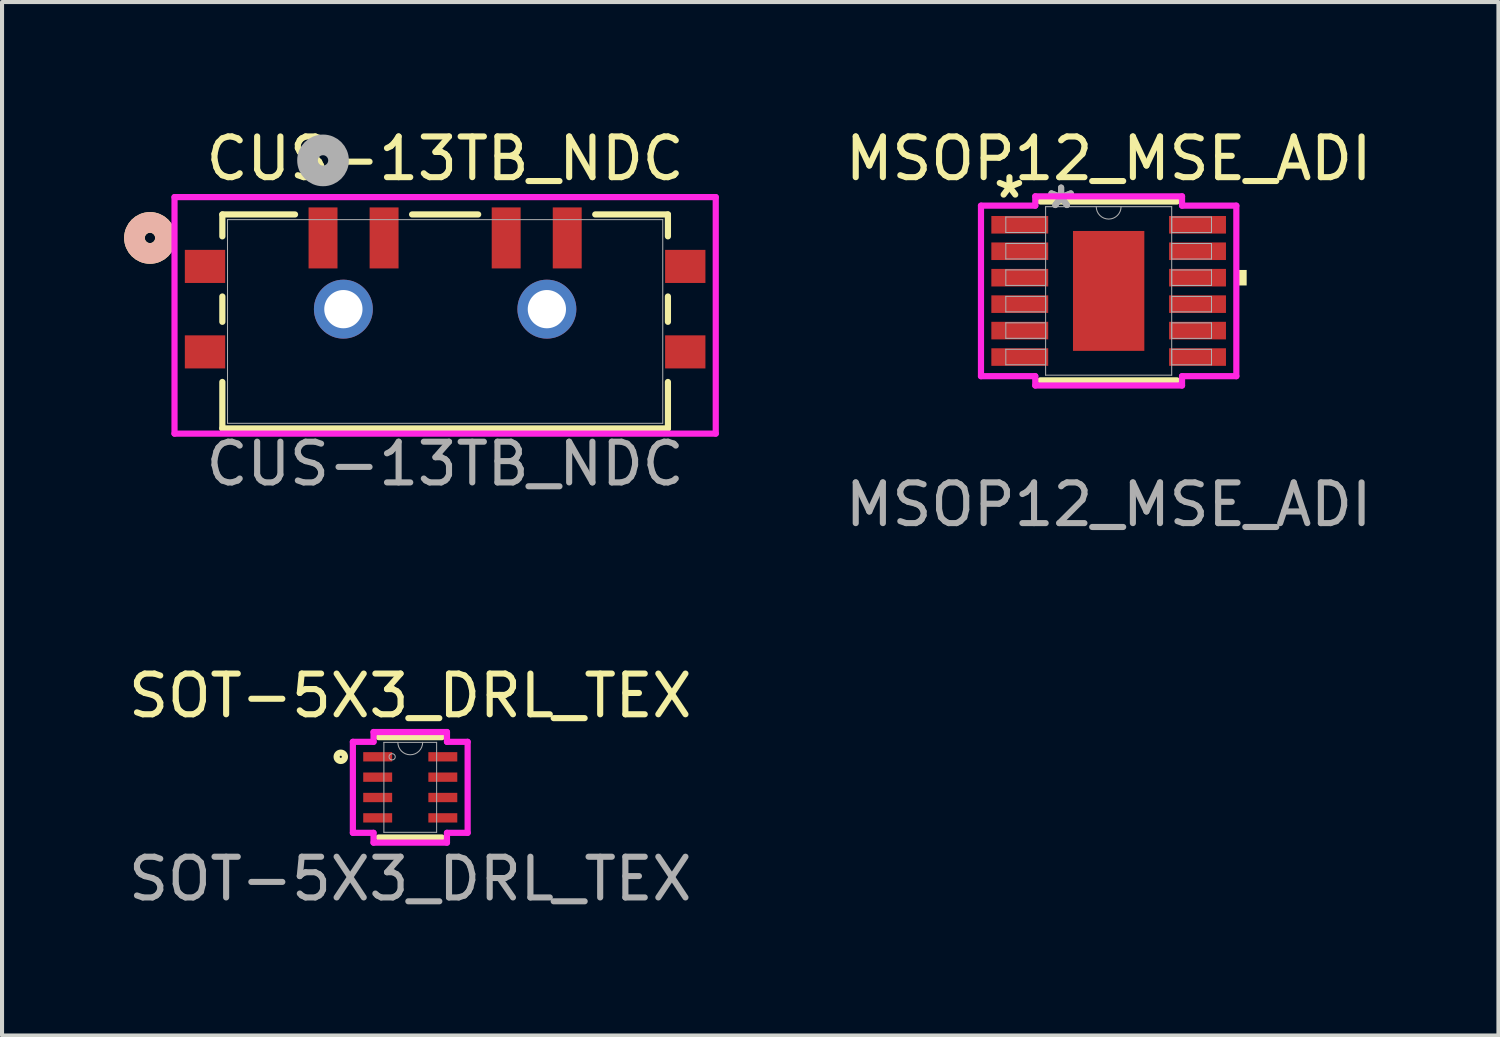
<source format=kicad_pcb>
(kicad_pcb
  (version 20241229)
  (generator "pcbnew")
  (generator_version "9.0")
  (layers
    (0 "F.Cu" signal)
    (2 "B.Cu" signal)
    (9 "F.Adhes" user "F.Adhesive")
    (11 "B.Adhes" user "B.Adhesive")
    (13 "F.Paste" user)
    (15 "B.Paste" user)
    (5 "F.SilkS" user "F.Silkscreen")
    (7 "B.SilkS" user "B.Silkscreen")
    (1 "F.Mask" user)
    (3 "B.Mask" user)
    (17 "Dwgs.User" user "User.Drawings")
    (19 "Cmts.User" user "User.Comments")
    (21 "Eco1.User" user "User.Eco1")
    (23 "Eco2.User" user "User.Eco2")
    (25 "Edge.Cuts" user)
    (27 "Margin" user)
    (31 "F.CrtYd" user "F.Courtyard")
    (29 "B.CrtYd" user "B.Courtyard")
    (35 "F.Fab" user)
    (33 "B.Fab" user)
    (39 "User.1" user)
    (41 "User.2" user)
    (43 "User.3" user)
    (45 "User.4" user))
  (footprint "SOT-5X3_DRL_TEX"
    (layer "F.Cu")
    (at 7.03 16.295)
    (property "Reference" "SOT-5X3_DRL_TEX" (at 0 -2.25 0) (unlocked yes) (layer "F.SilkS") (effects (font (size 1 1) (thickness 0.15))))
    (attr smd)
    (fp_line (start -0.775 1.232) (end 0.775 1.232) (stroke (width 0.152) (type solid)) (layer "F.SilkS"))
    (fp_line (start 0.775 -1.232) (end -0.775 -1.232) (stroke (width 0.152) (type solid)) (layer "F.SilkS"))
    (fp_circle (center -1.707 -0.75) (end -1.605 -0.75) (stroke (width 0.152) (type solid)) (fill no) (layer "F.SilkS"))
    (fp_line (start -1.41 -1.118) (end -0.902 -1.118) (stroke (width 0.152) (type solid)) (layer "F.CrtYd"))
    (fp_line (start -1.41 1.118) (end -1.41 -1.118) (stroke (width 0.152) (type solid)) (layer "F.CrtYd"))
    (fp_line (start -1.41 1.118) (end -0.902 1.118) (stroke (width 0.152) (type solid)) (layer "F.CrtYd"))
    (fp_line (start -0.902 -1.359) (end 0.902 -1.359) (stroke (width 0.152) (type solid)) (layer "F.CrtYd"))
    (fp_line (start -0.902 -1.118) (end -0.902 -1.359) (stroke (width 0.152) (type solid)) (layer "F.CrtYd"))
    (fp_line (start -0.902 1.359) (end -0.902 1.118) (stroke (width 0.152) (type solid)) (layer "F.CrtYd"))
    (fp_line (start 0.902 -1.359) (end 0.902 -1.118) (stroke (width 0.152) (type solid)) (layer "F.CrtYd"))
    (fp_line (start 0.902 1.118) (end 0.902 1.359) (stroke (width 0.152) (type solid)) (layer "F.CrtYd"))
    (fp_line (start 0.902 1.359) (end -0.902 1.359) (stroke (width 0.152) (type solid)) (layer "F.CrtYd"))
    (fp_line (start 1.41 -1.118) (end 0.902 -1.118) (stroke (width 0.152) (type solid)) (layer "F.CrtYd"))
    (fp_line (start 1.41 -1.118) (end 1.41 1.118) (stroke (width 0.152) (type solid)) (layer "F.CrtYd"))
    (fp_line (start 1.41 1.118) (end 0.902 1.118) (stroke (width 0.152) (type solid)) (layer "F.CrtYd"))
    (fp_line (start -0.648 -1.105) (end -0.648 1.105) (stroke (width 0.025) (type solid)) (layer "F.Fab"))
    (fp_line (start -0.648 1.105) (end 0.648 1.105) (stroke (width 0.025) (type solid)) (layer "F.Fab"))
    (fp_line (start 0.648 -1.105) (end -0.648 -1.105) (stroke (width 0.025) (type solid)) (layer "F.Fab"))
    (fp_line (start 0.648 1.105) (end 0.648 -1.105) (stroke (width 0.025) (type solid)) (layer "F.Fab"))
    (fp_arc (start 0.3048 -1.1049) (mid 0 -0.8001) (end -0.3048 -1.1049) (stroke (width 0.0254) (type solid)) (layer "F.Fab"))
    (fp_circle (center -0.445 -0.75) (end -0.368 -0.75) (stroke (width 0.025) (type solid)) (fill no) (layer "F.Fab"))
    (fp_text user "${REFERENCE}" (at 0 2.25 0) (unlocked yes) (layer "F.Fab") (effects (font (size 1 1) (thickness 0.15))))
    (pad "1" smd rect (at -0.8 -0.75) (size 0.711 0.229) (layers "F.Cu" "F.Mask" "F.Paste"))
    (pad "2" smd rect (at -0.8 -0.25) (size 0.711 0.229) (layers "F.Cu" "F.Mask" "F.Paste"))
    (pad "3" smd rect (at -0.8 0.25) (size 0.711 0.229) (layers "F.Cu" "F.Mask" "F.Paste"))
    (pad "4" smd rect (at -0.8 0.75) (size 0.711 0.229) (layers "F.Cu" "F.Mask" "F.Paste"))
    (pad "5" smd rect (at 0.8 0.75) (size 0.711 0.229) (layers "F.Cu" "F.Mask" "F.Paste"))
    (pad "6" smd rect (at 0.8 0.25) (size 0.711 0.229) (layers "F.Cu" "F.Mask" "F.Paste"))
    (pad "7" smd rect (at 0.8 -0.25) (size 0.711 0.229) (layers "F.Cu" "F.Mask" "F.Paste"))
    (pad "8" smd rect (at 0.8 -0.75) (size 0.711 0.229) (layers "F.Cu" "F.Mask" "F.Paste")))
  (footprint "MSOP12_MSE_ADI"
    (layer "F.Cu")
    (at 24.19 4.098)
    (property "Reference" "MSOP12_MSE_ADI" (at 0 -3.25 0) (unlocked yes) (layer "F.SilkS") (effects (font (size 1 1) (thickness 0.15))))
    (attr smd)
    (fp_line (start -1.676 2.197) (end 1.676 2.197) (stroke (width 0.152) (type solid)) (layer "F.SilkS"))
    (fp_line (start 1.676 -2.197) (end -1.676 -2.197) (stroke (width 0.152) (type solid)) (layer "F.SilkS"))
    (fp_poly (pts (xy 3.391 -0.515) (xy 3.391 -0.134) (xy 3.137 -0.134) (xy 3.137 -0.515)) (stroke (width 0) (type solid)) (fill yes) (layer "F.SilkS"))
    (fp_poly (pts (xy -0.776 -1.373) (xy -0.776 -0.1) (xy 0.776 -0.1) (xy 0.776 -1.373)) (stroke (width 0) (type solid)) (fill yes) (layer "F.Paste"))
    (fp_poly (pts (xy -0.776 0.1) (xy -0.776 1.373) (xy 0.776 1.373) (xy 0.776 0.1)) (stroke (width 0) (type solid)) (fill yes) (layer "F.Paste"))
    (fp_line (start -3.137 -2.095) (end -1.803 -2.095) (stroke (width 0.152) (type solid)) (layer "F.CrtYd"))
    (fp_line (start -3.137 2.095) (end -3.137 -2.095) (stroke (width 0.152) (type solid)) (layer "F.CrtYd"))
    (fp_line (start -3.137 2.095) (end -1.803 2.095) (stroke (width 0.152) (type solid)) (layer "F.CrtYd"))
    (fp_line (start -1.803 -2.324) (end 1.803 -2.324) (stroke (width 0.152) (type solid)) (layer "F.CrtYd"))
    (fp_line (start -1.803 -2.095) (end -1.803 -2.324) (stroke (width 0.152) (type solid)) (layer "F.CrtYd"))
    (fp_line (start -1.803 2.324) (end -1.803 2.095) (stroke (width 0.152) (type solid)) (layer "F.CrtYd"))
    (fp_line (start 1.803 -2.324) (end 1.803 -2.095) (stroke (width 0.152) (type solid)) (layer "F.CrtYd"))
    (fp_line (start 1.803 2.095) (end 1.803 2.324) (stroke (width 0.152) (type solid)) (layer "F.CrtYd"))
    (fp_line (start 1.803 2.324) (end -1.803 2.324) (stroke (width 0.152) (type solid)) (layer "F.CrtYd"))
    (fp_line (start 3.137 -2.095) (end 1.803 -2.095) (stroke (width 0.152) (type solid)) (layer "F.CrtYd"))
    (fp_line (start 3.137 -2.095) (end 3.137 2.095) (stroke (width 0.152) (type solid)) (layer "F.CrtYd"))
    (fp_line (start 3.137 2.095) (end 1.803 2.095) (stroke (width 0.152) (type solid)) (layer "F.CrtYd"))
    (fp_line (start -2.527 -1.816) (end -2.527 -1.435) (stroke (width 0.025) (type solid)) (layer "F.Fab"))
    (fp_line (start -2.527 -1.435) (end -1.549 -1.435) (stroke (width 0.025) (type solid)) (layer "F.Fab"))
    (fp_line (start -2.527 -1.166) (end -2.527 -0.785) (stroke (width 0.025) (type solid)) (layer "F.Fab"))
    (fp_line (start -2.527 -0.785) (end -1.549 -0.785) (stroke (width 0.025) (type solid)) (layer "F.Fab"))
    (fp_line (start -2.527 -0.516) (end -2.527 -0.135) (stroke (width 0.025) (type solid)) (layer "F.Fab"))
    (fp_line (start -2.527 -0.135) (end -1.549 -0.135) (stroke (width 0.025) (type solid)) (layer "F.Fab"))
    (fp_line (start -2.527 0.134) (end -2.527 0.515) (stroke (width 0.025) (type solid)) (layer "F.Fab"))
    (fp_line (start -2.527 0.515) (end -1.549 0.515) (stroke (width 0.025) (type solid)) (layer "F.Fab"))
    (fp_line (start -2.527 0.784) (end -2.527 1.165) (stroke (width 0.025) (type solid)) (layer "F.Fab"))
    (fp_line (start -2.527 1.165) (end -1.549 1.165) (stroke (width 0.025) (type solid)) (layer "F.Fab"))
    (fp_line (start -2.527 1.434) (end -2.527 1.815) (stroke (width 0.025) (type solid)) (layer "F.Fab"))
    (fp_line (start -2.527 1.815) (end -1.549 1.815) (stroke (width 0.025) (type solid)) (layer "F.Fab"))
    (fp_line (start -1.549 -2.07) (end -1.549 2.07) (stroke (width 0.025) (type solid)) (layer "F.Fab"))
    (fp_line (start -1.549 -1.816) (end -2.527 -1.816) (stroke (width 0.025) (type solid)) (layer "F.Fab"))
    (fp_line (start -1.549 -1.435) (end -1.549 -1.816) (stroke (width 0.025) (type solid)) (layer "F.Fab"))
    (fp_line (start -1.549 -1.166) (end -2.527 -1.166) (stroke (width 0.025) (type solid)) (layer "F.Fab"))
    (fp_line (start -1.549 -0.785) (end -1.549 -1.166) (stroke (width 0.025) (type solid)) (layer "F.Fab"))
    (fp_line (start -1.549 -0.516) (end -2.527 -0.516) (stroke (width 0.025) (type solid)) (layer "F.Fab"))
    (fp_line (start -1.549 -0.135) (end -1.549 -0.516) (stroke (width 0.025) (type solid)) (layer "F.Fab"))
    (fp_line (start -1.549 0.134) (end -2.527 0.134) (stroke (width 0.025) (type solid)) (layer "F.Fab"))
    (fp_line (start -1.549 0.515) (end -1.549 0.134) (stroke (width 0.025) (type solid)) (layer "F.Fab"))
    (fp_line (start -1.549 0.784) (end -2.527 0.784) (stroke (width 0.025) (type solid)) (layer "F.Fab"))
    (fp_line (start -1.549 1.165) (end -1.549 0.784) (stroke (width 0.025) (type solid)) (layer "F.Fab"))
    (fp_line (start -1.549 1.434) (end -2.527 1.434) (stroke (width 0.025) (type solid)) (layer "F.Fab"))
    (fp_line (start -1.549 1.815) (end -1.549 1.434) (stroke (width 0.025) (type solid)) (layer "F.Fab"))
    (fp_line (start -1.549 2.07) (end 1.549 2.07) (stroke (width 0.025) (type solid)) (layer "F.Fab"))
    (fp_line (start 1.549 -2.07) (end -1.549 -2.07) (stroke (width 0.025) (type solid)) (layer "F.Fab"))
    (fp_line (start 1.549 -1.815) (end 1.549 -1.434) (stroke (width 0.025) (type solid)) (layer "F.Fab"))
    (fp_line (start 1.549 -1.434) (end 2.527 -1.434) (stroke (width 0.025) (type solid)) (layer "F.Fab"))
    (fp_line (start 1.549 -1.165) (end 1.549 -0.784) (stroke (width 0.025) (type solid)) (layer "F.Fab"))
    (fp_line (start 1.549 -0.784) (end 2.527 -0.784) (stroke (width 0.025) (type solid)) (layer "F.Fab"))
    (fp_line (start 1.549 -0.515) (end 1.549 -0.134) (stroke (width 0.025) (type solid)) (layer "F.Fab"))
    (fp_line (start 1.549 -0.134) (end 2.527 -0.134) (stroke (width 0.025) (type solid)) (layer "F.Fab"))
    (fp_line (start 1.549 0.135) (end 1.549 0.516) (stroke (width 0.025) (type solid)) (layer "F.Fab"))
    (fp_line (start 1.549 0.516) (end 2.527 0.516) (stroke (width 0.025) (type solid)) (layer "F.Fab"))
    (fp_line (start 1.549 0.785) (end 1.549 1.166) (stroke (width 0.025) (type solid)) (layer "F.Fab"))
    (fp_line (start 1.549 1.166) (end 2.527 1.166) (stroke (width 0.025) (type solid)) (layer "F.Fab"))
    (fp_line (start 1.549 1.435) (end 1.549 1.816) (stroke (width 0.025) (type solid)) (layer "F.Fab"))
    (fp_line (start 1.549 1.816) (end 2.527 1.816) (stroke (width 0.025) (type solid)) (layer "F.Fab"))
    (fp_line (start 1.549 2.07) (end 1.549 -2.07) (stroke (width 0.025) (type solid)) (layer "F.Fab"))
    (fp_line (start 2.527 -1.815) (end 1.549 -1.815) (stroke (width 0.025) (type solid)) (layer "F.Fab"))
    (fp_line (start 2.527 -1.434) (end 2.527 -1.815) (stroke (width 0.025) (type solid)) (layer "F.Fab"))
    (fp_line (start 2.527 -1.165) (end 1.549 -1.165) (stroke (width 0.025) (type solid)) (layer "F.Fab"))
    (fp_line (start 2.527 -0.784) (end 2.527 -1.165) (stroke (width 0.025) (type solid)) (layer "F.Fab"))
    (fp_line (start 2.527 -0.515) (end 1.549 -0.515) (stroke (width 0.025) (type solid)) (layer "F.Fab"))
    (fp_line (start 2.527 -0.134) (end 2.527 -0.515) (stroke (width 0.025) (type solid)) (layer "F.Fab"))
    (fp_line (start 2.527 0.135) (end 1.549 0.135) (stroke (width 0.025) (type solid)) (layer "F.Fab"))
    (fp_line (start 2.527 0.516) (end 2.527 0.135) (stroke (width 0.025) (type solid)) (layer "F.Fab"))
    (fp_line (start 2.527 0.785) (end 1.549 0.785) (stroke (width 0.025) (type solid)) (layer "F.Fab"))
    (fp_line (start 2.527 1.166) (end 2.527 0.785) (stroke (width 0.025) (type solid)) (layer "F.Fab"))
    (fp_line (start 2.527 1.435) (end 1.549 1.435) (stroke (width 0.025) (type solid)) (layer "F.Fab"))
    (fp_line (start 2.527 1.816) (end 2.527 1.435) (stroke (width 0.025) (type solid)) (layer "F.Fab"))
    (fp_arc (start 0.3048 -2.0701) (mid 0 -1.7653) (end -0.3048 -2.0701) (stroke (width 0.0254) (type solid)) (layer "F.Fab"))
    (fp_text user "*" (at -2.438 -2.25 0) (unlocked yes) (layer "F.SilkS") (effects (font (size 1 1) (thickness 0.15))))
    (fp_text user "${REFERENCE}" (at 0 5.25 0) (unlocked yes) (layer "F.Fab") (effects (font (size 1 1) (thickness 0.15))))
    (fp_text user "*" (at -1.168 -1.994 0) (layer "F.Fab") (effects (font (size 1 1) (thickness 0.15))))
    (fp_text user "*" (at -1.168 -1.994 0) (unlocked yes) (layer "F.Fab") (effects (font (size 1 1) (thickness 0.15))))
    (pad "1" smd rect (at -2.184 -1.625) (size 1.397 0.432) (layers "F.Cu" "F.Mask" "F.Paste"))
    (pad "2" smd rect (at -2.184 -0.975) (size 1.397 0.432) (layers "F.Cu" "F.Mask" "F.Paste"))
    (pad "3" smd rect (at -2.184 -0.325) (size 1.397 0.432) (layers "F.Cu" "F.Mask" "F.Paste"))
    (pad "4" smd rect (at -2.184 0.325) (size 1.397 0.432) (layers "F.Cu" "F.Mask" "F.Paste"))
    (pad "5" smd rect (at -2.184 0.975) (size 1.397 0.432) (layers "F.Cu" "F.Mask" "F.Paste"))
    (pad "6" smd rect (at -2.184 1.625) (size 1.397 0.432) (layers "F.Cu" "F.Mask" "F.Paste"))
    (pad "7" smd rect (at 2.184 1.625) (size 1.397 0.432) (layers "F.Cu" "F.Mask" "F.Paste"))
    (pad "8" smd rect (at 2.184 0.975) (size 1.397 0.432) (layers "F.Cu" "F.Mask" "F.Paste"))
    (pad "9" smd rect (at 2.184 0.325) (size 1.397 0.432) (layers "F.Cu" "F.Mask" "F.Paste"))
    (pad "10" smd rect (at 2.184 -0.325) (size 1.397 0.432) (layers "F.Cu" "F.Mask" "F.Paste"))
    (pad "11" smd rect (at 2.184 -0.975) (size 1.397 0.432) (layers "F.Cu" "F.Mask" "F.Paste"))
    (pad "12" smd rect (at 2.184 -1.625) (size 1.397 0.432) (layers "F.Cu" "F.Mask" "F.Paste"))
    (pad "13" smd rect (at 0 0) (size 1.753 2.946) (layers "F.Cu" "F.Mask")))
  (footprint "CUS-13TB_NDC"
    (layer "F.Cu")
    (at 7.887 4.848)
    (property "Reference" "CUS-13TB_NDC" (at 0 -4 0) (unlocked yes) (layer "F.SilkS") (effects (font (size 1 1) (thickness 0.15))))
    (attr smd)
    (fp_line (start -5.474 -2.629) (end -5.474 -2.091) (stroke (width 0.152) (type solid)) (layer "F.SilkS"))
    (fp_line (start -5.474 -0.613) (end -5.474 0.009) (stroke (width 0.152) (type solid)) (layer "F.SilkS"))
    (fp_line (start -5.474 1.487) (end -5.474 2.629) (stroke (width 0.152) (type solid)) (layer "F.SilkS"))
    (fp_line (start -5.474 2.629) (end 5.474 2.629) (stroke (width 0.152) (type solid)) (layer "F.SilkS"))
    (fp_line (start -3.688 -2.629) (end -5.474 -2.629) (stroke (width 0.152) (type solid)) (layer "F.SilkS"))
    (fp_line (start 0.812 -2.629) (end -0.812 -2.629) (stroke (width 0.152) (type solid)) (layer "F.SilkS"))
    (fp_line (start 5.474 -2.629) (end 3.688 -2.629) (stroke (width 0.152) (type solid)) (layer "F.SilkS"))
    (fp_line (start 5.474 -2.091) (end 5.474 -2.629) (stroke (width 0.152) (type solid)) (layer "F.SilkS"))
    (fp_line (start 5.474 0.009) (end 5.474 -0.613) (stroke (width 0.152) (type solid)) (layer "F.SilkS"))
    (fp_line (start 5.474 2.629) (end 5.474 1.487) (stroke (width 0.152) (type solid)) (layer "F.SilkS"))
    (fp_circle (center -7.252 -2.052) (end -6.871 -2.052) (stroke (width 0.508) (type solid)) (fill no) (layer "F.SilkS"))
    (fp_circle (center -7.252 -2.052) (end -6.871 -2.052) (stroke (width 0.508) (type solid)) (fill no) (layer "B.SilkS"))
    (fp_line (start -6.649 -3.055) (end -6.649 2.756) (stroke (width 0.152) (type solid)) (layer "F.CrtYd"))
    (fp_line (start -6.649 2.756) (end 6.649 2.756) (stroke (width 0.152) (type solid)) (layer "F.CrtYd"))
    (fp_line (start 6.649 -3.055) (end -6.649 -3.055) (stroke (width 0.152) (type solid)) (layer "F.CrtYd"))
    (fp_line (start 6.649 2.756) (end 6.649 -3.055) (stroke (width 0.152) (type solid)) (layer "F.CrtYd"))
    (fp_line (start -5.347 -2.502) (end -5.347 2.502) (stroke (width 0.025) (type solid)) (layer "F.Fab"))
    (fp_line (start -5.347 2.502) (end 5.347 2.502) (stroke (width 0.025) (type solid)) (layer "F.Fab"))
    (fp_line (start 5.347 -2.502) (end -5.347 -2.502) (stroke (width 0.025) (type solid)) (layer "F.Fab"))
    (fp_line (start 5.347 2.502) (end 5.347 -2.502) (stroke (width 0.025) (type solid)) (layer "F.Fab"))
    (fp_circle (center -3 -3.957) (end -2.619 -3.957) (stroke (width 0.508) (type solid)) (fill no) (layer "F.Fab"))
    (fp_text user "${REFERENCE}" (at 0 3.5 0) (unlocked yes) (layer "F.Fab") (effects (font (size 1 1) (thickness 0.15))))
    (pad "1" smd rect (at -3 -2.052) (size 0.711 1.499) (layers "F.Cu" "F.Mask" "F.Paste"))
    (pad "2" smd rect (at -1.5 -2.052) (size 0.711 1.499) (layers "F.Cu" "F.Mask" "F.Paste"))
    (pad "3" smd rect (at 1.5 -2.052) (size 0.711 1.499) (layers "F.Cu" "F.Mask" "F.Paste"))
    (pad "4" smd rect (at 3 -2.052) (size 0.711 1.499) (layers "F.Cu" "F.Mask" "F.Paste"))
    (pad "5" smd rect (at -5.9 -1.352) (size 0.991 0.813) (layers "F.Cu" "F.Mask" "F.Paste"))
    (pad "6" smd rect (at 5.9 -1.352) (size 0.991 0.813) (layers "F.Cu" "F.Mask" "F.Paste"))
    (pad "7" smd rect (at -5.9 0.748) (size 0.991 0.813) (layers "F.Cu" "F.Mask" "F.Paste"))
    (pad "8" smd rect (at 5.9 0.748) (size 0.991 0.813) (layers "F.Cu" "F.Mask" "F.Paste"))
    (pad "9" thru_hole circle (at -2.5 -0.302) (size 1.448 1.448) (drill 0.94) (layers "*.Cu" "*.Mask"))
    (pad "10" thru_hole circle (at 2.5 -0.302) (size 1.448 1.448) (drill 0.94) (layers "*.Cu" "*.Mask")))
  (gr_rect
    (start -3 -3)
    (end 33.767 22.393)
    (stroke (width 0.1) (type default))
    (fill no)
    (layer "Edge.Cuts")))
</source>
